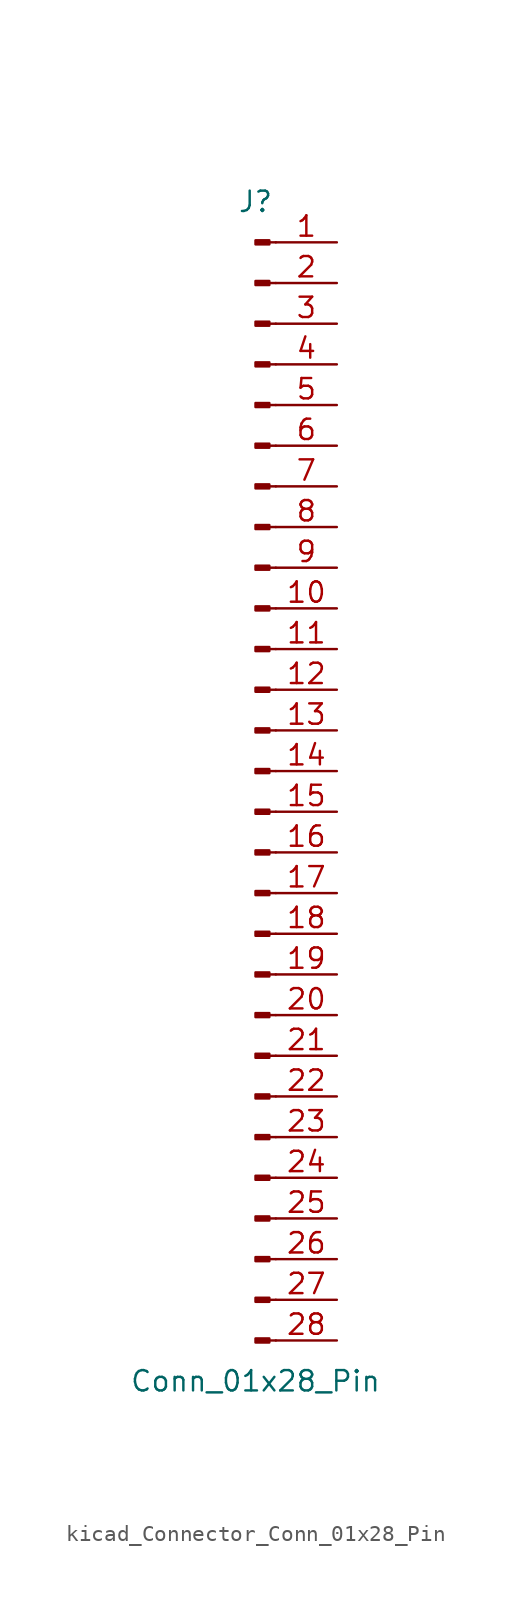
<source format=kicad_sym>
(kicad_symbol_lib
  (version 20220914)
  (generator kicad_symbol_editor)
  (symbol "kicad_Connector_Conn_01x28_Pin"
    (pin_names
      (offset 1.016) hide)
    (property "Reference" "J"
      (at 0 35.56 0)
      (effects (font (size 1.27 1.27))))
    (property "Value" "Conn_01x28_Pin"
      (at 0 -38.1 0)
      (effects (font (size 1.27 1.27))))
    (property "ki_locked" ""
      (at 0 0 0)
      (effects (font (size 1.27 1.27))))
    (symbol "kicad_Connector_Conn_01x28_Pin_1_1"
      (polyline (pts (xy 1.27 -35.56) (xy 0.864 -35.56)) (stroke (width 0.152) (type default)) (fill (type none)))
      (polyline (pts (xy 1.27 -33.02) (xy 0.864 -33.02)) (stroke (width 0.152) (type default)) (fill (type none)))
      (polyline (pts (xy 1.27 -30.48) (xy 0.864 -30.48)) (stroke (width 0.152) (type default)) (fill (type none)))
      (polyline (pts (xy 1.27 -27.94) (xy 0.864 -27.94)) (stroke (width 0.152) (type default)) (fill (type none)))
      (polyline (pts (xy 1.27 -25.4) (xy 0.864 -25.4)) (stroke (width 0.152) (type default)) (fill (type none)))
      (polyline (pts (xy 1.27 -22.86) (xy 0.864 -22.86)) (stroke (width 0.152) (type default)) (fill (type none)))
      (polyline (pts (xy 1.27 -20.32) (xy 0.864 -20.32)) (stroke (width 0.152) (type default)) (fill (type none)))
      (polyline (pts (xy 1.27 -17.78) (xy 0.864 -17.78)) (stroke (width 0.152) (type default)) (fill (type none)))
      (polyline (pts (xy 1.27 -15.24) (xy 0.864 -15.24)) (stroke (width 0.152) (type default)) (fill (type none)))
      (polyline (pts (xy 1.27 -12.7) (xy 0.864 -12.7)) (stroke (width 0.152) (type default)) (fill (type none)))
      (polyline (pts (xy 1.27 -10.16) (xy 0.864 -10.16)) (stroke (width 0.152) (type default)) (fill (type none)))
      (polyline (pts (xy 1.27 -7.62) (xy 0.864 -7.62)) (stroke (width 0.152) (type default)) (fill (type none)))
      (polyline (pts (xy 1.27 -5.08) (xy 0.864 -5.08)) (stroke (width 0.152) (type default)) (fill (type none)))
      (polyline (pts (xy 1.27 -2.54) (xy 0.864 -2.54)) (stroke (width 0.152) (type default)) (fill (type none)))
      (polyline (pts (xy 1.27 0) (xy 0.864 0)) (stroke (width 0.152) (type default)) (fill (type none)))
      (polyline (pts (xy 1.27 2.54) (xy 0.864 2.54)) (stroke (width 0.152) (type default)) (fill (type none)))
      (polyline (pts (xy 1.27 5.08) (xy 0.864 5.08)) (stroke (width 0.152) (type default)) (fill (type none)))
      (polyline (pts (xy 1.27 7.62) (xy 0.864 7.62)) (stroke (width 0.152) (type default)) (fill (type none)))
      (polyline (pts (xy 1.27 10.16) (xy 0.864 10.16)) (stroke (width 0.152) (type default)) (fill (type none)))
      (polyline (pts (xy 1.27 12.7) (xy 0.864 12.7)) (stroke (width 0.152) (type default)) (fill (type none)))
      (polyline (pts (xy 1.27 15.24) (xy 0.864 15.24)) (stroke (width 0.152) (type default)) (fill (type none)))
      (polyline (pts (xy 1.27 17.78) (xy 0.864 17.78)) (stroke (width 0.152) (type default)) (fill (type none)))
      (polyline (pts (xy 1.27 20.32) (xy 0.864 20.32)) (stroke (width 0.152) (type default)) (fill (type none)))
      (polyline (pts (xy 1.27 22.86) (xy 0.864 22.86)) (stroke (width 0.152) (type default)) (fill (type none)))
      (polyline (pts (xy 1.27 25.4) (xy 0.864 25.4)) (stroke (width 0.152) (type default)) (fill (type none)))
      (polyline (pts (xy 1.27 27.94) (xy 0.864 27.94)) (stroke (width 0.152) (type default)) (fill (type none)))
      (polyline (pts (xy 1.27 30.48) (xy 0.864 30.48)) (stroke (width 0.152) (type default)) (fill (type none)))
      (polyline (pts (xy 1.27 33.02) (xy 0.864 33.02)) (stroke (width 0.152) (type default)) (fill (type none)))
      (rectangle (start 0.864 -35.433) (end 0 -35.687) (stroke (width 0.152) (type default)) (fill (type outline)))
      (rectangle (start 0.864 -32.893) (end 0 -33.147) (stroke (width 0.152) (type default)) (fill (type outline)))
      (rectangle (start 0.864 -30.353) (end 0 -30.607) (stroke (width 0.152) (type default)) (fill (type outline)))
      (rectangle (start 0.864 -27.813) (end 0 -28.067) (stroke (width 0.152) (type default)) (fill (type outline)))
      (rectangle (start 0.864 -25.273) (end 0 -25.527) (stroke (width 0.152) (type default)) (fill (type outline)))
      (rectangle (start 0.864 -22.733) (end 0 -22.987) (stroke (width 0.152) (type default)) (fill (type outline)))
      (rectangle (start 0.864 -20.193) (end 0 -20.447) (stroke (width 0.152) (type default)) (fill (type outline)))
      (rectangle (start 0.864 -17.653) (end 0 -17.907) (stroke (width 0.152) (type default)) (fill (type outline)))
      (rectangle (start 0.864 -15.113) (end 0 -15.367) (stroke (width 0.152) (type default)) (fill (type outline)))
      (rectangle (start 0.864 -12.573) (end 0 -12.827) (stroke (width 0.152) (type default)) (fill (type outline)))
      (rectangle (start 0.864 -10.033) (end 0 -10.287) (stroke (width 0.152) (type default)) (fill (type outline)))
      (rectangle (start 0.864 -7.493) (end 0 -7.747) (stroke (width 0.152) (type default)) (fill (type outline)))
      (rectangle (start 0.864 -4.953) (end 0 -5.207) (stroke (width 0.152) (type default)) (fill (type outline)))
      (rectangle (start 0.864 -2.413) (end 0 -2.667) (stroke (width 0.152) (type default)) (fill (type outline)))
      (rectangle (start 0.864 0.127) (end 0 -0.127) (stroke (width 0.152) (type default)) (fill (type outline)))
      (rectangle (start 0.864 2.667) (end 0 2.413) (stroke (width 0.152) (type default)) (fill (type outline)))
      (rectangle (start 0.864 5.207) (end 0 4.953) (stroke (width 0.152) (type default)) (fill (type outline)))
      (rectangle (start 0.864 7.747) (end 0 7.493) (stroke (width 0.152) (type default)) (fill (type outline)))
      (rectangle (start 0.864 10.287) (end 0 10.033) (stroke (width 0.152) (type default)) (fill (type outline)))
      (rectangle (start 0.864 12.827) (end 0 12.573) (stroke (width 0.152) (type default)) (fill (type outline)))
      (rectangle (start 0.864 15.367) (end 0 15.113) (stroke (width 0.152) (type default)) (fill (type outline)))
      (rectangle (start 0.864 17.907) (end 0 17.653) (stroke (width 0.152) (type default)) (fill (type outline)))
      (rectangle (start 0.864 20.447) (end 0 20.193) (stroke (width 0.152) (type default)) (fill (type outline)))
      (rectangle (start 0.864 22.987) (end 0 22.733) (stroke (width 0.152) (type default)) (fill (type outline)))
      (rectangle (start 0.864 25.527) (end 0 25.273) (stroke (width 0.152) (type default)) (fill (type outline)))
      (rectangle (start 0.864 28.067) (end 0 27.813) (stroke (width 0.152) (type default)) (fill (type outline)))
      (rectangle (start 0.864 30.607) (end 0 30.353) (stroke (width 0.152) (type default)) (fill (type outline)))
      (rectangle (start 0.864 33.147) (end 0 32.893) (stroke (width 0.152) (type default)) (fill (type outline)))
      (pin passive line (at 5.08 33.02 180) (length 3.81) (name "Pin_1" (effects (font (size 1.27 1.27)))) (number "1" (effects (font (size 1.27 1.27)))))
      (pin passive line (at 5.08 10.16 180) (length 3.81) (name "Pin_10" (effects (font (size 1.27 1.27)))) (number "10" (effects (font (size 1.27 1.27)))))
      (pin passive line (at 5.08 7.62 180) (length 3.81) (name "Pin_11" (effects (font (size 1.27 1.27)))) (number "11" (effects (font (size 1.27 1.27)))))
      (pin passive line (at 5.08 5.08 180) (length 3.81) (name "Pin_12" (effects (font (size 1.27 1.27)))) (number "12" (effects (font (size 1.27 1.27)))))
      (pin passive line (at 5.08 2.54 180) (length 3.81) (name "Pin_13" (effects (font (size 1.27 1.27)))) (number "13" (effects (font (size 1.27 1.27)))))
      (pin passive line (at 5.08 0 180) (length 3.81) (name "Pin_14" (effects (font (size 1.27 1.27)))) (number "14" (effects (font (size 1.27 1.27)))))
      (pin passive line (at 5.08 -2.54 180) (length 3.81) (name "Pin_15" (effects (font (size 1.27 1.27)))) (number "15" (effects (font (size 1.27 1.27)))))
      (pin passive line (at 5.08 -5.08 180) (length 3.81) (name "Pin_16" (effects (font (size 1.27 1.27)))) (number "16" (effects (font (size 1.27 1.27)))))
      (pin passive line (at 5.08 -7.62 180) (length 3.81) (name "Pin_17" (effects (font (size 1.27 1.27)))) (number "17" (effects (font (size 1.27 1.27)))))
      (pin passive line (at 5.08 -10.16 180) (length 3.81) (name "Pin_18" (effects (font (size 1.27 1.27)))) (number "18" (effects (font (size 1.27 1.27)))))
      (pin passive line (at 5.08 -12.7 180) (length 3.81) (name "Pin_19" (effects (font (size 1.27 1.27)))) (number "19" (effects (font (size 1.27 1.27)))))
      (pin passive line (at 5.08 30.48 180) (length 3.81) (name "Pin_2" (effects (font (size 1.27 1.27)))) (number "2" (effects (font (size 1.27 1.27)))))
      (pin passive line (at 5.08 -15.24 180) (length 3.81) (name "Pin_20" (effects (font (size 1.27 1.27)))) (number "20" (effects (font (size 1.27 1.27)))))
      (pin passive line (at 5.08 -17.78 180) (length 3.81) (name "Pin_21" (effects (font (size 1.27 1.27)))) (number "21" (effects (font (size 1.27 1.27)))))
      (pin passive line (at 5.08 -20.32 180) (length 3.81) (name "Pin_22" (effects (font (size 1.27 1.27)))) (number "22" (effects (font (size 1.27 1.27)))))
      (pin passive line (at 5.08 -22.86 180) (length 3.81) (name "Pin_23" (effects (font (size 1.27 1.27)))) (number "23" (effects (font (size 1.27 1.27)))))
      (pin passive line (at 5.08 -25.4 180) (length 3.81) (name "Pin_24" (effects (font (size 1.27 1.27)))) (number "24" (effects (font (size 1.27 1.27)))))
      (pin passive line (at 5.08 -27.94 180) (length 3.81) (name "Pin_25" (effects (font (size 1.27 1.27)))) (number "25" (effects (font (size 1.27 1.27)))))
      (pin passive line (at 5.08 -30.48 180) (length 3.81) (name "Pin_26" (effects (font (size 1.27 1.27)))) (number "26" (effects (font (size 1.27 1.27)))))
      (pin passive line (at 5.08 -33.02 180) (length 3.81) (name "Pin_27" (effects (font (size 1.27 1.27)))) (number "27" (effects (font (size 1.27 1.27)))))
      (pin passive line (at 5.08 -35.56 180) (length 3.81) (name "Pin_28" (effects (font (size 1.27 1.27)))) (number "28" (effects (font (size 1.27 1.27)))))
      (pin passive line (at 5.08 27.94 180) (length 3.81) (name "Pin_3" (effects (font (size 1.27 1.27)))) (number "3" (effects (font (size 1.27 1.27)))))
      (pin passive line (at 5.08 25.4 180) (length 3.81) (name "Pin_4" (effects (font (size 1.27 1.27)))) (number "4" (effects (font (size 1.27 1.27)))))
      (pin passive line (at 5.08 22.86 180) (length 3.81) (name "Pin_5" (effects (font (size 1.27 1.27)))) (number "5" (effects (font (size 1.27 1.27)))))
      (pin passive line (at 5.08 20.32 180) (length 3.81) (name "Pin_6" (effects (font (size 1.27 1.27)))) (number "6" (effects (font (size 1.27 1.27)))))
      (pin passive line (at 5.08 17.78 180) (length 3.81) (name "Pin_7" (effects (font (size 1.27 1.27)))) (number "7" (effects (font (size 1.27 1.27)))))
      (pin passive line (at 5.08 15.24 180) (length 3.81) (name "Pin_8" (effects (font (size 1.27 1.27)))) (number "8" (effects (font (size 1.27 1.27)))))
      (pin passive line (at 5.08 12.7 180) (length 3.81) (name "Pin_9" (effects (font (size 1.27 1.27)))) (number "9" (effects (font (size 1.27 1.27))))))))
</source>
